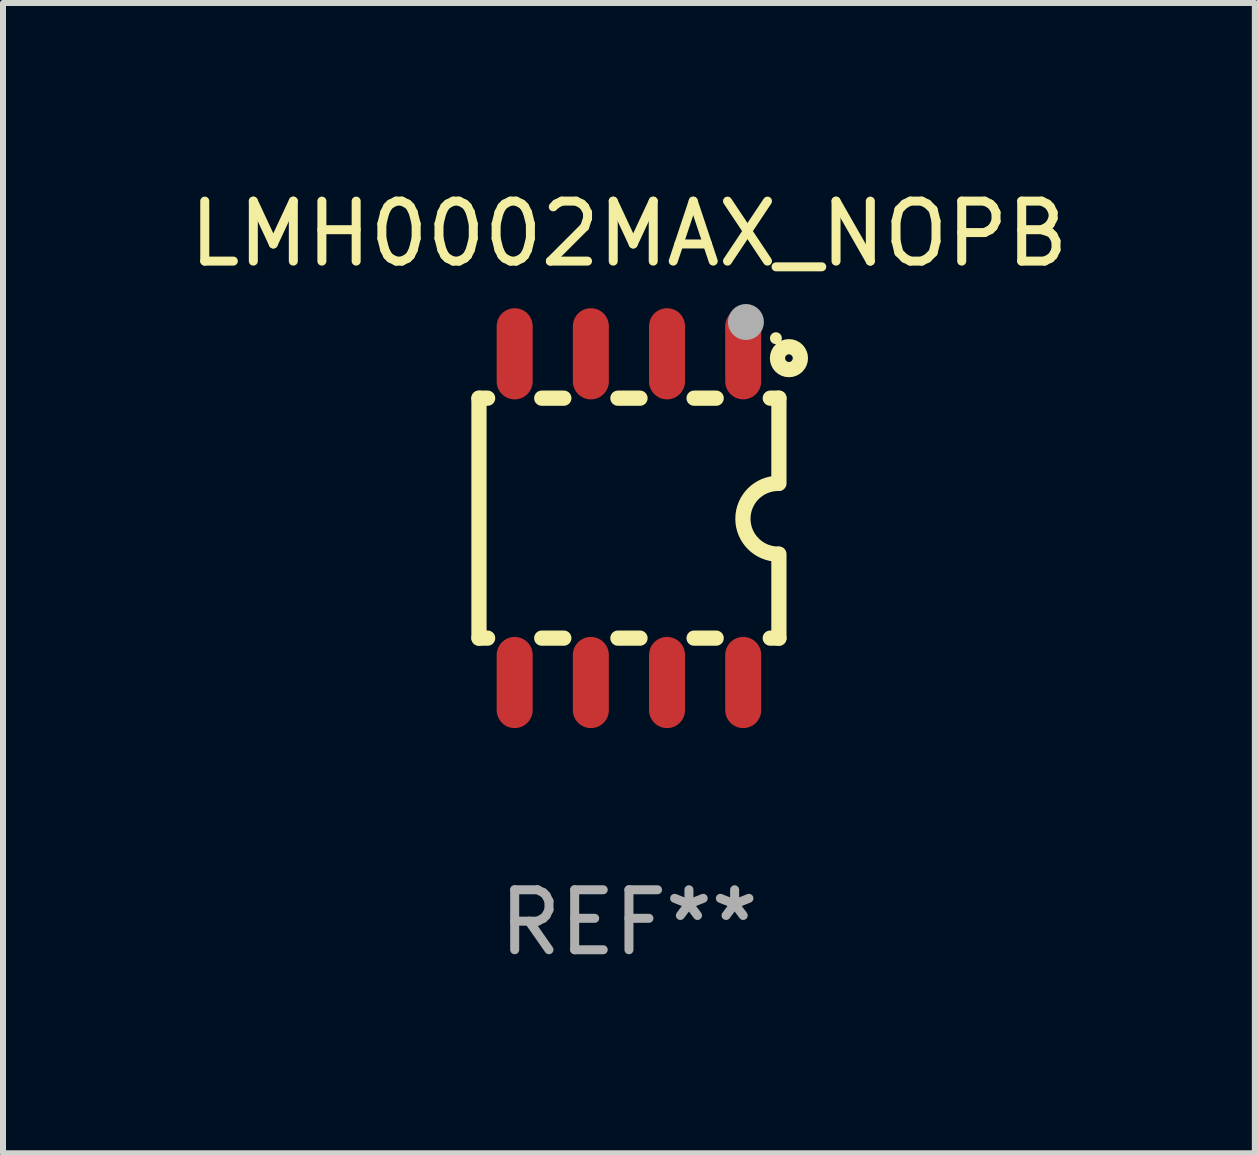
<source format=kicad_pcb>
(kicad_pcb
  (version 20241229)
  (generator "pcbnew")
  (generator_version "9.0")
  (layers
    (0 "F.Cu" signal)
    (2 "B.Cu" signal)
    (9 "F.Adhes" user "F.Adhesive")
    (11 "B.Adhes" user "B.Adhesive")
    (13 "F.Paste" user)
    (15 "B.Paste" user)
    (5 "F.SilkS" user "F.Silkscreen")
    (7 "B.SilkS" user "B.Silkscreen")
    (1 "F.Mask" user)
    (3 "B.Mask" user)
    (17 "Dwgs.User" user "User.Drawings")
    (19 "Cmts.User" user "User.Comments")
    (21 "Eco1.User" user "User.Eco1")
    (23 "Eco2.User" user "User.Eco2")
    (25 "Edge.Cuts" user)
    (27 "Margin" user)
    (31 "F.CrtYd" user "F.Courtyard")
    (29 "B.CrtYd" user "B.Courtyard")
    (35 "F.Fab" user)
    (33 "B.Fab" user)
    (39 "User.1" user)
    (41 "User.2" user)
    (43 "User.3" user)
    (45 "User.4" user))
  (footprint "LMH0002MAX_NOPB"
    (layer "F.Cu")
    (at 7.435 5.588)
    (property "Reference" "LMH0002MAX_NOPB" (at 0 -4.74 0) (layer "F.SilkS") (effects (font (size 1 1) (thickness 0.15))))
    (attr through_hole)
    (fp_line (start -2.5 2) (end -2.5 -2) (stroke (width 0.254) (type solid)) (layer "F.SilkS"))
    (fp_line (start -2.356 -2) (end -2.5 -2) (stroke (width 0.254) (type solid)) (layer "F.SilkS"))
    (fp_line (start -2.356 2) (end -2.5 2) (stroke (width 0.254) (type solid)) (layer "F.SilkS"))
    (fp_line (start -1.086 -2) (end -1.454 -2) (stroke (width 0.254) (type solid)) (layer "F.SilkS"))
    (fp_line (start -1.086 2) (end -1.454 2) (stroke (width 0.254) (type solid)) (layer "F.SilkS"))
    (fp_line (start 0.184 -2) (end -0.184 -2) (stroke (width 0.254) (type solid)) (layer "F.SilkS"))
    (fp_line (start 0.184 2) (end -0.184 2) (stroke (width 0.254) (type solid)) (layer "F.SilkS"))
    (fp_line (start 1.454 -2) (end 1.086 -2) (stroke (width 0.254) (type solid)) (layer "F.SilkS"))
    (fp_line (start 1.454 2) (end 1.086 2) (stroke (width 0.254) (type solid)) (layer "F.SilkS"))
    (fp_line (start 2.5 -2) (end 2.356 -2) (stroke (width 0.254) (type solid)) (layer "F.SilkS"))
    (fp_line (start 2.5 -0.58) (end 2.5 -2) (stroke (width 0.254) (type solid)) (layer "F.SilkS"))
    (fp_line (start 2.5 2) (end 2.356 2) (stroke (width 0.254) (type solid)) (layer "F.SilkS"))
    (fp_line (start 2.5 2) (end 2.5 0.6) (stroke (width 0.254) (type solid)) (layer "F.SilkS"))
    (fp_arc (start 2.489992 0.600051) (mid 1.901674 0.010046) (end 2.489992 -0.579959) (stroke (width 0.254001) (type solid)) (layer "F.SilkS"))
    (fp_circle (center 2.45 -3) (end 2.5 -3) (stroke (width 0.1) (type solid)) (fill no) (layer "F.SilkS"))
    (fp_circle (center 2.667 -2.667) (end 2.858 -2.667) (stroke (width 0.254) (type solid)) (fill no) (layer "F.SilkS"))
    (fp_circle (center 1.95 -3.27) (end 2.1 -3.27) (stroke (width 0.3) (type solid)) (fill no) (layer "F.Fab"))
    (fp_text user "REF**" (at 0 6.74 0) (layer "F.Fab") (effects (font (size 1 1) (thickness 0.15))))
    (pad "1" smd oval (at 1.905 -2.74) (size 0.6 1.52) (layers "F.Cu" "F.Mask" "F.Paste"))
    (pad "2" smd oval (at 0.635 -2.74) (size 0.6 1.52) (layers "F.Cu" "F.Mask" "F.Paste"))
    (pad "3" smd oval (at -0.635 -2.74) (size 0.6 1.52) (layers "F.Cu" "F.Mask" "F.Paste"))
    (pad "4" smd oval (at -1.905 -2.74) (size 0.6 1.52) (layers "F.Cu" "F.Mask" "F.Paste"))
    (pad "5" smd oval (at -1.905 2.74) (size 0.6 1.52) (layers "F.Cu" "F.Mask" "F.Paste"))
    (pad "6" smd oval (at -0.635 2.74) (size 0.6 1.52) (layers "F.Cu" "F.Mask" "F.Paste"))
    (pad "7" smd oval (at 0.635 2.74) (size 0.6 1.52) (layers "F.Cu" "F.Mask" "F.Paste"))
    (pad "8" smd oval (at 1.905 2.74) (size 0.6 1.52) (layers "F.Cu" "F.Mask" "F.Paste")))
  (gr_rect
    (start -3 -3)
    (end 17.869 16.176)
    (stroke (width 0.1) (type default))
    (fill no)
    (layer "Edge.Cuts")))
</source>
